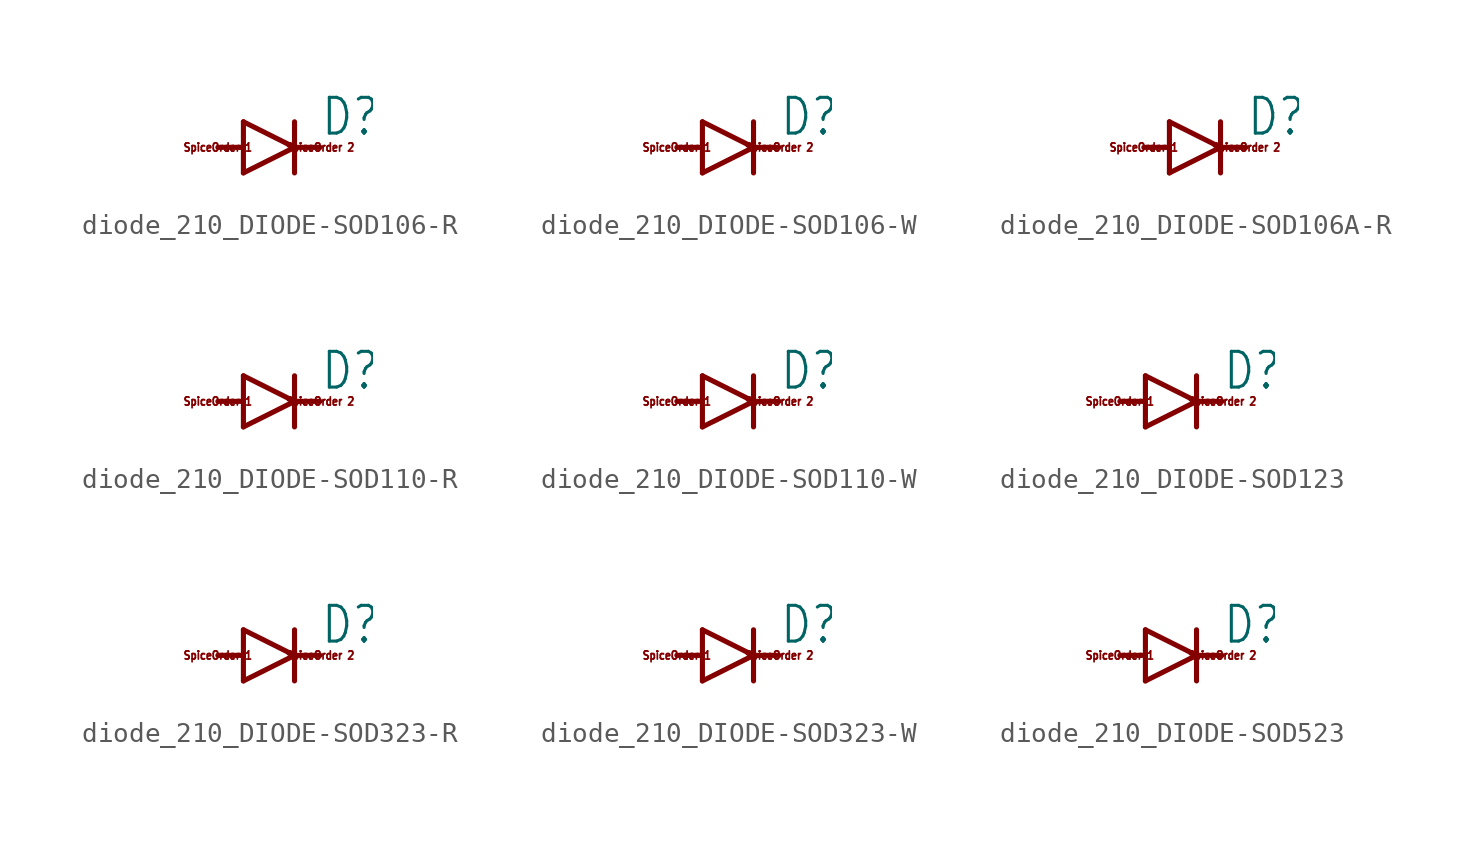
<source format=kicad_sym>
(kicad_symbol_lib
  (version 20241209)
  (generator "kicad_symbol_editor")
  (generator_version "9.0")
  (symbol "diode_210_DIODE-SOD106-R"
    (property "Reference" "D"
      (at 2.54 0.483 0)
      (effects (font (size 1.778 1.511)) (justify left bottom)))
    (property "Value" ""
      (at 2.54 -2.311 0)
      (effects (font (size 1.778 1.511)) (justify left bottom)))
    (property "ki_locked" ""
      (at 0 0 0)
      (effects (font (size 1.27 1.27))))
    (symbol "diode_210_DIODE-SOD106-R_1_0"
      (polyline (pts (xy -1.27 1.27) (xy -1.27 0)) (stroke (width 0.254) (type solid)) (fill (type none)))
      (polyline (pts (xy -1.27 0) (xy -2.54 0)) (stroke (width 0.254) (type solid)) (fill (type none)))
      (polyline (pts (xy -1.27 0) (xy -1.27 -1.27)) (stroke (width 0.254) (type solid)) (fill (type none)))
      (polyline (pts (xy -1.27 -1.27) (xy 1.27 0)) (stroke (width 0.254) (type solid)) (fill (type none)))
      (polyline (pts (xy 1.27 1.27) (xy 1.27 0)) (stroke (width 0.254) (type solid)) (fill (type none)))
      (polyline (pts (xy 1.27 0) (xy -1.27 1.27)) (stroke (width 0.254) (type solid)) (fill (type none)))
      (polyline (pts (xy 1.27 0) (xy 1.27 -1.27)) (stroke (width 0.254) (type solid)) (fill (type none)))
      (polyline (pts (xy 2.54 0) (xy 1.27 0)) (stroke (width 0.254) (type solid)) (fill (type none)))
      (text "SpiceOrder 1" (at -2.54 0 0) (effects (font (size 0.406 0.345))))
      (text "SpiceOrder 2" (at 2.54 0 0) (effects (font (size 0.406 0.345))))
      (pin passive line (at -2.54 0 0) (length 0) (name "A" (effects (font (size 0 0)))) (number "A" (effects (font (size 0 0)))))
      (pin passive line (at 2.54 0 180) (length 0) (name "C" (effects (font (size 0 0)))) (number "C" (effects (font (size 0 0)))))))
  (symbol "diode_210_DIODE-SOD106-W"
    (property "Reference" "D"
      (at 2.54 0.483 0)
      (effects (font (size 1.778 1.511)) (justify left bottom)))
    (property "Value" ""
      (at 2.54 -2.311 0)
      (effects (font (size 1.778 1.511)) (justify left bottom)))
    (property "ki_locked" ""
      (at 0 0 0)
      (effects (font (size 1.27 1.27))))
    (symbol "diode_210_DIODE-SOD106-W_1_0"
      (polyline (pts (xy -1.27 1.27) (xy -1.27 0)) (stroke (width 0.254) (type solid)) (fill (type none)))
      (polyline (pts (xy -1.27 0) (xy -2.54 0)) (stroke (width 0.254) (type solid)) (fill (type none)))
      (polyline (pts (xy -1.27 0) (xy -1.27 -1.27)) (stroke (width 0.254) (type solid)) (fill (type none)))
      (polyline (pts (xy -1.27 -1.27) (xy 1.27 0)) (stroke (width 0.254) (type solid)) (fill (type none)))
      (polyline (pts (xy 1.27 1.27) (xy 1.27 0)) (stroke (width 0.254) (type solid)) (fill (type none)))
      (polyline (pts (xy 1.27 0) (xy -1.27 1.27)) (stroke (width 0.254) (type solid)) (fill (type none)))
      (polyline (pts (xy 1.27 0) (xy 1.27 -1.27)) (stroke (width 0.254) (type solid)) (fill (type none)))
      (polyline (pts (xy 2.54 0) (xy 1.27 0)) (stroke (width 0.254) (type solid)) (fill (type none)))
      (text "SpiceOrder 1" (at -2.54 0 0) (effects (font (size 0.406 0.345))))
      (text "SpiceOrder 2" (at 2.54 0 0) (effects (font (size 0.406 0.345))))
      (pin passive line (at -2.54 0 0) (length 0) (name "A" (effects (font (size 0 0)))) (number "A" (effects (font (size 0 0)))))
      (pin passive line (at 2.54 0 180) (length 0) (name "C" (effects (font (size 0 0)))) (number "C" (effects (font (size 0 0)))))))
  (symbol "diode_210_DIODE-SOD106A-R"
    (property "Reference" "D"
      (at 2.54 0.483 0)
      (effects (font (size 1.778 1.511)) (justify left bottom)))
    (property "Value" ""
      (at 2.54 -2.311 0)
      (effects (font (size 1.778 1.511)) (justify left bottom)))
    (property "ki_locked" ""
      (at 0 0 0)
      (effects (font (size 1.27 1.27))))
    (symbol "diode_210_DIODE-SOD106A-R_1_0"
      (polyline (pts (xy -1.27 1.27) (xy -1.27 0)) (stroke (width 0.254) (type solid)) (fill (type none)))
      (polyline (pts (xy -1.27 0) (xy -2.54 0)) (stroke (width 0.254) (type solid)) (fill (type none)))
      (polyline (pts (xy -1.27 0) (xy -1.27 -1.27)) (stroke (width 0.254) (type solid)) (fill (type none)))
      (polyline (pts (xy -1.27 -1.27) (xy 1.27 0)) (stroke (width 0.254) (type solid)) (fill (type none)))
      (polyline (pts (xy 1.27 1.27) (xy 1.27 0)) (stroke (width 0.254) (type solid)) (fill (type none)))
      (polyline (pts (xy 1.27 0) (xy -1.27 1.27)) (stroke (width 0.254) (type solid)) (fill (type none)))
      (polyline (pts (xy 1.27 0) (xy 1.27 -1.27)) (stroke (width 0.254) (type solid)) (fill (type none)))
      (polyline (pts (xy 2.54 0) (xy 1.27 0)) (stroke (width 0.254) (type solid)) (fill (type none)))
      (text "SpiceOrder 1" (at -2.54 0 0) (effects (font (size 0.406 0.345))))
      (text "SpiceOrder 2" (at 2.54 0 0) (effects (font (size 0.406 0.345))))
      (pin passive line (at -2.54 0 0) (length 0) (name "A" (effects (font (size 0 0)))) (number "A" (effects (font (size 0 0)))))
      (pin passive line (at 2.54 0 180) (length 0) (name "C" (effects (font (size 0 0)))) (number "C" (effects (font (size 0 0)))))))
  (symbol "diode_210_DIODE-SOD110-R"
    (property "Reference" "D"
      (at 2.54 0.483 0)
      (effects (font (size 1.778 1.511)) (justify left bottom)))
    (property "Value" ""
      (at 2.54 -2.311 0)
      (effects (font (size 1.778 1.511)) (justify left bottom)))
    (property "ki_locked" ""
      (at 0 0 0)
      (effects (font (size 1.27 1.27))))
    (symbol "diode_210_DIODE-SOD110-R_1_0"
      (polyline (pts (xy -1.27 1.27) (xy -1.27 0)) (stroke (width 0.254) (type solid)) (fill (type none)))
      (polyline (pts (xy -1.27 0) (xy -2.54 0)) (stroke (width 0.254) (type solid)) (fill (type none)))
      (polyline (pts (xy -1.27 0) (xy -1.27 -1.27)) (stroke (width 0.254) (type solid)) (fill (type none)))
      (polyline (pts (xy -1.27 -1.27) (xy 1.27 0)) (stroke (width 0.254) (type solid)) (fill (type none)))
      (polyline (pts (xy 1.27 1.27) (xy 1.27 0)) (stroke (width 0.254) (type solid)) (fill (type none)))
      (polyline (pts (xy 1.27 0) (xy -1.27 1.27)) (stroke (width 0.254) (type solid)) (fill (type none)))
      (polyline (pts (xy 1.27 0) (xy 1.27 -1.27)) (stroke (width 0.254) (type solid)) (fill (type none)))
      (polyline (pts (xy 2.54 0) (xy 1.27 0)) (stroke (width 0.254) (type solid)) (fill (type none)))
      (text "SpiceOrder 1" (at -2.54 0 0) (effects (font (size 0.406 0.345))))
      (text "SpiceOrder 2" (at 2.54 0 0) (effects (font (size 0.406 0.345))))
      (pin passive line (at -2.54 0 0) (length 0) (name "A" (effects (font (size 0 0)))) (number "A" (effects (font (size 0 0)))))
      (pin passive line (at 2.54 0 180) (length 0) (name "C" (effects (font (size 0 0)))) (number "C" (effects (font (size 0 0)))))))
  (symbol "diode_210_DIODE-SOD110-W"
    (property "Reference" "D"
      (at 2.54 0.483 0)
      (effects (font (size 1.778 1.511)) (justify left bottom)))
    (property "Value" ""
      (at 2.54 -2.311 0)
      (effects (font (size 1.778 1.511)) (justify left bottom)))
    (property "ki_locked" ""
      (at 0 0 0)
      (effects (font (size 1.27 1.27))))
    (symbol "diode_210_DIODE-SOD110-W_1_0"
      (polyline (pts (xy -1.27 1.27) (xy -1.27 0)) (stroke (width 0.254) (type solid)) (fill (type none)))
      (polyline (pts (xy -1.27 0) (xy -2.54 0)) (stroke (width 0.254) (type solid)) (fill (type none)))
      (polyline (pts (xy -1.27 0) (xy -1.27 -1.27)) (stroke (width 0.254) (type solid)) (fill (type none)))
      (polyline (pts (xy -1.27 -1.27) (xy 1.27 0)) (stroke (width 0.254) (type solid)) (fill (type none)))
      (polyline (pts (xy 1.27 1.27) (xy 1.27 0)) (stroke (width 0.254) (type solid)) (fill (type none)))
      (polyline (pts (xy 1.27 0) (xy -1.27 1.27)) (stroke (width 0.254) (type solid)) (fill (type none)))
      (polyline (pts (xy 1.27 0) (xy 1.27 -1.27)) (stroke (width 0.254) (type solid)) (fill (type none)))
      (polyline (pts (xy 2.54 0) (xy 1.27 0)) (stroke (width 0.254) (type solid)) (fill (type none)))
      (text "SpiceOrder 1" (at -2.54 0 0) (effects (font (size 0.406 0.345))))
      (text "SpiceOrder 2" (at 2.54 0 0) (effects (font (size 0.406 0.345))))
      (pin passive line (at -2.54 0 0) (length 0) (name "A" (effects (font (size 0 0)))) (number "A" (effects (font (size 0 0)))))
      (pin passive line (at 2.54 0 180) (length 0) (name "C" (effects (font (size 0 0)))) (number "C" (effects (font (size 0 0)))))))
  (symbol "diode_210_DIODE-SOD123"
    (property "Reference" "D"
      (at 2.54 0.483 0)
      (effects (font (size 1.778 1.511)) (justify left bottom)))
    (property "Value" ""
      (at 2.54 -2.311 0)
      (effects (font (size 1.778 1.511)) (justify left bottom)))
    (property "ki_locked" ""
      (at 0 0 0)
      (effects (font (size 1.27 1.27))))
    (symbol "diode_210_DIODE-SOD123_1_0"
      (polyline (pts (xy -1.27 1.27) (xy -1.27 0)) (stroke (width 0.254) (type solid)) (fill (type none)))
      (polyline (pts (xy -1.27 0) (xy -2.54 0)) (stroke (width 0.254) (type solid)) (fill (type none)))
      (polyline (pts (xy -1.27 0) (xy -1.27 -1.27)) (stroke (width 0.254) (type solid)) (fill (type none)))
      (polyline (pts (xy -1.27 -1.27) (xy 1.27 0)) (stroke (width 0.254) (type solid)) (fill (type none)))
      (polyline (pts (xy 1.27 1.27) (xy 1.27 0)) (stroke (width 0.254) (type solid)) (fill (type none)))
      (polyline (pts (xy 1.27 0) (xy -1.27 1.27)) (stroke (width 0.254) (type solid)) (fill (type none)))
      (polyline (pts (xy 1.27 0) (xy 1.27 -1.27)) (stroke (width 0.254) (type solid)) (fill (type none)))
      (polyline (pts (xy 2.54 0) (xy 1.27 0)) (stroke (width 0.254) (type solid)) (fill (type none)))
      (text "SpiceOrder 1" (at -2.54 0 0) (effects (font (size 0.406 0.345))))
      (text "SpiceOrder 2" (at 2.54 0 0) (effects (font (size 0.406 0.345))))
      (pin passive line (at -2.54 0 0) (length 0) (name "A" (effects (font (size 0 0)))) (number "A" (effects (font (size 0 0)))))
      (pin passive line (at 2.54 0 180) (length 0) (name "C" (effects (font (size 0 0)))) (number "C" (effects (font (size 0 0)))))))
  (symbol "diode_210_DIODE-SOD323-R"
    (property "Reference" "D"
      (at 2.54 0.483 0)
      (effects (font (size 1.778 1.511)) (justify left bottom)))
    (property "Value" ""
      (at 2.54 -2.311 0)
      (effects (font (size 1.778 1.511)) (justify left bottom)))
    (property "ki_locked" ""
      (at 0 0 0)
      (effects (font (size 1.27 1.27))))
    (symbol "diode_210_DIODE-SOD323-R_1_0"
      (polyline (pts (xy -1.27 1.27) (xy -1.27 0)) (stroke (width 0.254) (type solid)) (fill (type none)))
      (polyline (pts (xy -1.27 0) (xy -2.54 0)) (stroke (width 0.254) (type solid)) (fill (type none)))
      (polyline (pts (xy -1.27 0) (xy -1.27 -1.27)) (stroke (width 0.254) (type solid)) (fill (type none)))
      (polyline (pts (xy -1.27 -1.27) (xy 1.27 0)) (stroke (width 0.254) (type solid)) (fill (type none)))
      (polyline (pts (xy 1.27 1.27) (xy 1.27 0)) (stroke (width 0.254) (type solid)) (fill (type none)))
      (polyline (pts (xy 1.27 0) (xy -1.27 1.27)) (stroke (width 0.254) (type solid)) (fill (type none)))
      (polyline (pts (xy 1.27 0) (xy 1.27 -1.27)) (stroke (width 0.254) (type solid)) (fill (type none)))
      (polyline (pts (xy 2.54 0) (xy 1.27 0)) (stroke (width 0.254) (type solid)) (fill (type none)))
      (text "SpiceOrder 1" (at -2.54 0 0) (effects (font (size 0.406 0.345))))
      (text "SpiceOrder 2" (at 2.54 0 0) (effects (font (size 0.406 0.345))))
      (pin passive line (at -2.54 0 0) (length 0) (name "A" (effects (font (size 0 0)))) (number "A" (effects (font (size 0 0)))))
      (pin passive line (at 2.54 0 180) (length 0) (name "C" (effects (font (size 0 0)))) (number "C" (effects (font (size 0 0)))))))
  (symbol "diode_210_DIODE-SOD323-W"
    (property "Reference" "D"
      (at 2.54 0.483 0)
      (effects (font (size 1.778 1.511)) (justify left bottom)))
    (property "Value" ""
      (at 2.54 -2.311 0)
      (effects (font (size 1.778 1.511)) (justify left bottom)))
    (property "ki_locked" ""
      (at 0 0 0)
      (effects (font (size 1.27 1.27))))
    (symbol "diode_210_DIODE-SOD323-W_1_0"
      (polyline (pts (xy -1.27 1.27) (xy -1.27 0)) (stroke (width 0.254) (type solid)) (fill (type none)))
      (polyline (pts (xy -1.27 0) (xy -2.54 0)) (stroke (width 0.254) (type solid)) (fill (type none)))
      (polyline (pts (xy -1.27 0) (xy -1.27 -1.27)) (stroke (width 0.254) (type solid)) (fill (type none)))
      (polyline (pts (xy -1.27 -1.27) (xy 1.27 0)) (stroke (width 0.254) (type solid)) (fill (type none)))
      (polyline (pts (xy 1.27 1.27) (xy 1.27 0)) (stroke (width 0.254) (type solid)) (fill (type none)))
      (polyline (pts (xy 1.27 0) (xy -1.27 1.27)) (stroke (width 0.254) (type solid)) (fill (type none)))
      (polyline (pts (xy 1.27 0) (xy 1.27 -1.27)) (stroke (width 0.254) (type solid)) (fill (type none)))
      (polyline (pts (xy 2.54 0) (xy 1.27 0)) (stroke (width 0.254) (type solid)) (fill (type none)))
      (text "SpiceOrder 1" (at -2.54 0 0) (effects (font (size 0.406 0.345))))
      (text "SpiceOrder 2" (at 2.54 0 0) (effects (font (size 0.406 0.345))))
      (pin passive line (at -2.54 0 0) (length 0) (name "A" (effects (font (size 0 0)))) (number "A" (effects (font (size 0 0)))))
      (pin passive line (at 2.54 0 180) (length 0) (name "C" (effects (font (size 0 0)))) (number "C" (effects (font (size 0 0)))))))
  (symbol "diode_210_DIODE-SOD523"
    (property "Reference" "D"
      (at 2.54 0.483 0)
      (effects (font (size 1.778 1.511)) (justify left bottom)))
    (property "Value" ""
      (at 2.54 -2.311 0)
      (effects (font (size 1.778 1.511)) (justify left bottom)))
    (property "ki_locked" ""
      (at 0 0 0)
      (effects (font (size 1.27 1.27))))
    (symbol "diode_210_DIODE-SOD523_1_0"
      (polyline (pts (xy -1.27 1.27) (xy -1.27 0)) (stroke (width 0.254) (type solid)) (fill (type none)))
      (polyline (pts (xy -1.27 0) (xy -2.54 0)) (stroke (width 0.254) (type solid)) (fill (type none)))
      (polyline (pts (xy -1.27 0) (xy -1.27 -1.27)) (stroke (width 0.254) (type solid)) (fill (type none)))
      (polyline (pts (xy -1.27 -1.27) (xy 1.27 0)) (stroke (width 0.254) (type solid)) (fill (type none)))
      (polyline (pts (xy 1.27 1.27) (xy 1.27 0)) (stroke (width 0.254) (type solid)) (fill (type none)))
      (polyline (pts (xy 1.27 0) (xy -1.27 1.27)) (stroke (width 0.254) (type solid)) (fill (type none)))
      (polyline (pts (xy 1.27 0) (xy 1.27 -1.27)) (stroke (width 0.254) (type solid)) (fill (type none)))
      (polyline (pts (xy 2.54 0) (xy 1.27 0)) (stroke (width 0.254) (type solid)) (fill (type none)))
      (text "SpiceOrder 1" (at -2.54 0 0) (effects (font (size 0.406 0.345))))
      (text "SpiceOrder 2" (at 2.54 0 0) (effects (font (size 0.406 0.345))))
      (pin passive line (at -2.54 0 0) (length 0) (name "A" (effects (font (size 0 0)))) (number "A" (effects (font (size 0 0)))))
      (pin passive line (at 2.54 0 180) (length 0) (name "C" (effects (font (size 0 0)))) (number "C" (effects (font (size 0 0))))))))
</source>
